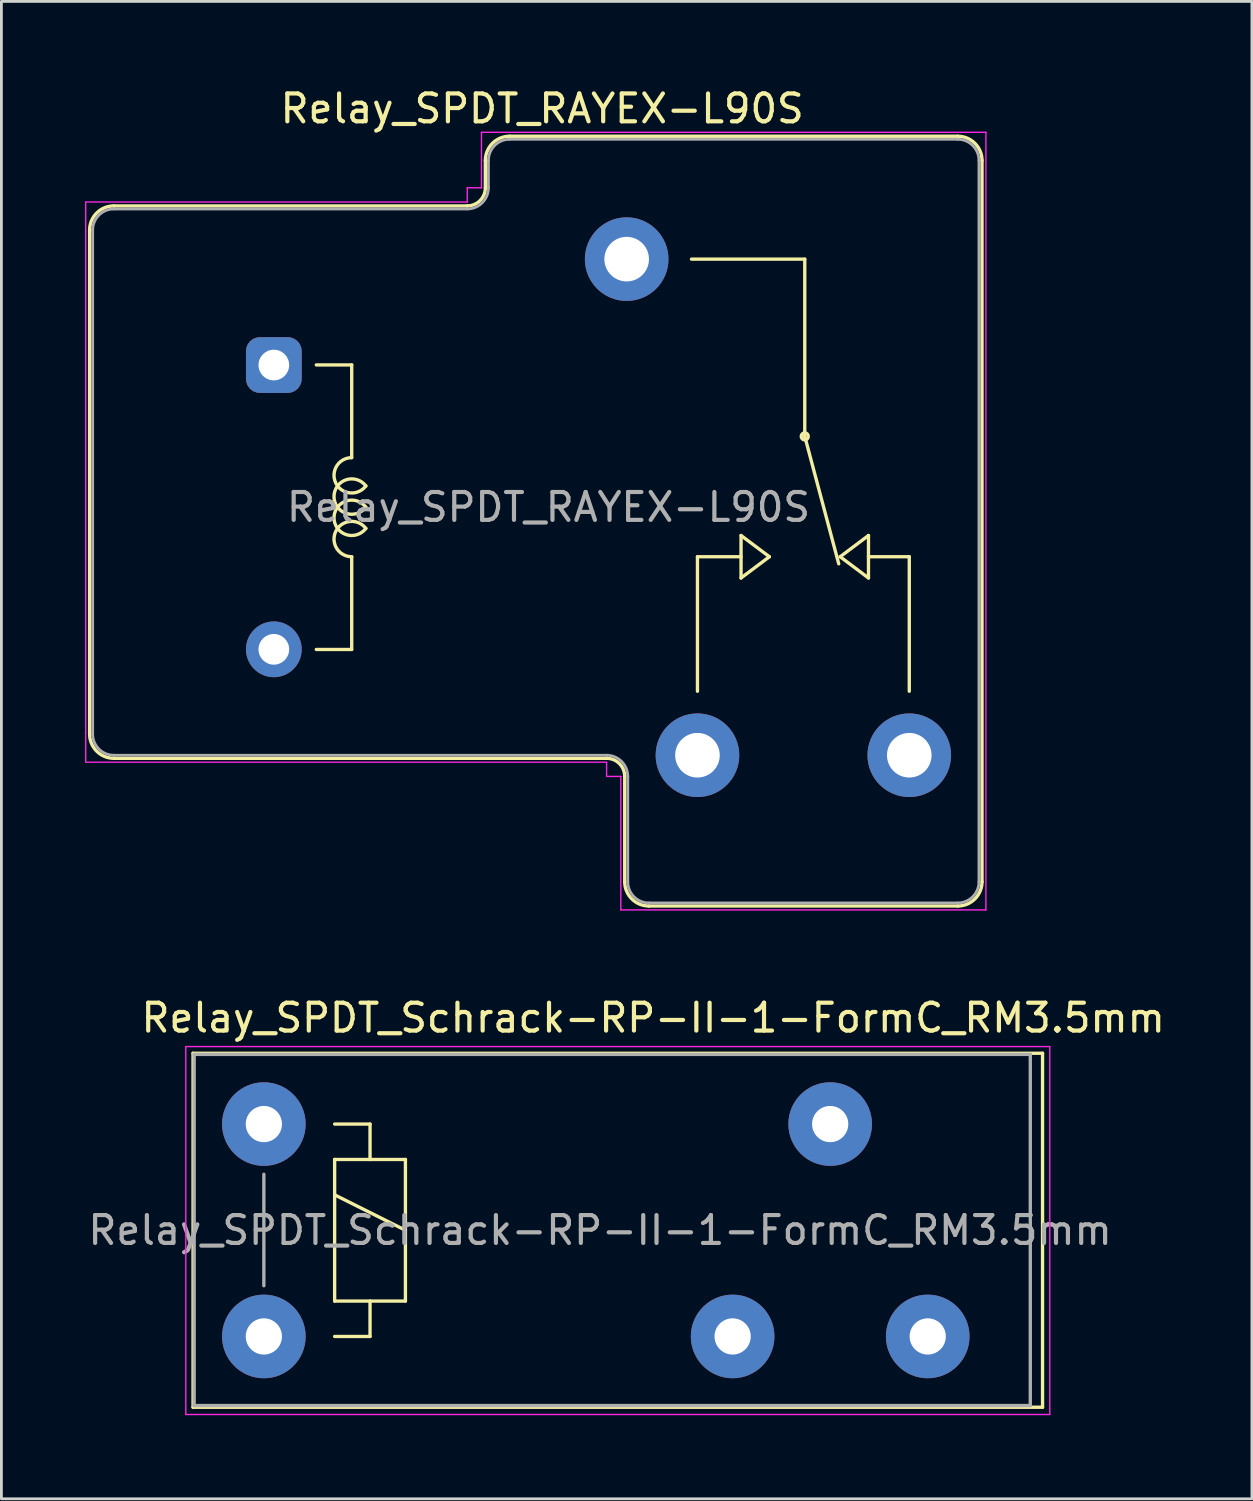
<source format=kicad_pcb>
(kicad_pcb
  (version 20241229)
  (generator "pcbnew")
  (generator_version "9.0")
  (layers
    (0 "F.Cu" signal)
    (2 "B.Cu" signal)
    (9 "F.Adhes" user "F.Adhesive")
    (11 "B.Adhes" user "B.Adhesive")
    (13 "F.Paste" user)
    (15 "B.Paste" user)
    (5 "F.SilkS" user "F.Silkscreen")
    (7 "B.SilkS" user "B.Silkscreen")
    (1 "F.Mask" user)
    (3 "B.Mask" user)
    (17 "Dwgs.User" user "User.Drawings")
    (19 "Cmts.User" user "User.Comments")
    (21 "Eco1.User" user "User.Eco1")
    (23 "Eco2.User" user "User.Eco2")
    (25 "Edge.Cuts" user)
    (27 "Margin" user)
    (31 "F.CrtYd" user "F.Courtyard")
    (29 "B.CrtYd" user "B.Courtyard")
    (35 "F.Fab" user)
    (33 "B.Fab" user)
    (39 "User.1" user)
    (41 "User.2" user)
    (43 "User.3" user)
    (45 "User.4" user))
  (footprint "Relay_SPDT_RAYEX-L90S"
    (layer "F.Cu")
    (at 4.235 15.148)
    (property "Reference" "Relay_SPDT_RAYEX-L90S" (at 12.167 -14.3 0) (layer "F.SilkS") (effects (font (size 1 1) (thickness 0.15))))
    (attr through_hole)
    (fp_line (start -4.07 -9.94) (end -4.07 8.14) (stroke (width 0.12) (type solid)) (layer "F.SilkS"))
    (fp_line (start -3.2 -10.81) (end 9.48 -10.81) (stroke (width 0.12) (type solid)) (layer "F.SilkS"))
    (fp_line (start -3.2 9.01) (end 14.48 9.01) (stroke (width 0.12) (type solid)) (layer "F.SilkS"))
    (fp_line (start 4.064 -5.105) (end 5.334 -5.105) (stroke (width 0.12) (type solid)) (layer "F.SilkS"))
    (fp_line (start 5.334 -1.778) (end 5.334 -5.105) (stroke (width 0.12) (type solid)) (layer "F.SilkS"))
    (fp_line (start 5.334 5.105) (end 4.064 5.105) (stroke (width 0.12) (type solid)) (layer "F.SilkS"))
    (fp_line (start 5.334 5.105) (end 5.334 1.778) (stroke (width 0.12) (type solid)) (layer "F.SilkS"))
    (fp_line (start 10.13 -12.44) (end 10.13 -11.46) (stroke (width 0.12) (type solid)) (layer "F.SilkS"))
    (fp_line (start 11 -13.31) (end 27.08 -13.31) (stroke (width 0.12) (type solid)) (layer "F.SilkS"))
    (fp_line (start 15.13 9.66) (end 15.13 13.44) (stroke (width 0.12) (type solid)) (layer "F.SilkS"))
    (fp_line (start 16 14.31) (end 27.08 14.31) (stroke (width 0.12) (type solid)) (layer "F.SilkS"))
    (fp_line (start 17.74 1.778) (end 19.304 1.778) (stroke (width 0.12) (type solid)) (layer "F.SilkS"))
    (fp_line (start 17.74 6.604) (end 17.74 1.778) (stroke (width 0.12) (type solid)) (layer "F.SilkS"))
    (fp_line (start 19.304 1.016) (end 19.304 2.54) (stroke (width 0.12) (type solid)) (layer "F.SilkS"))
    (fp_line (start 19.304 2.54) (end 20.32 1.778) (stroke (width 0.12) (type solid)) (layer "F.SilkS"))
    (fp_line (start 20.32 1.778) (end 19.304 1.016) (stroke (width 0.12) (type solid)) (layer "F.SilkS"))
    (fp_line (start 21.59 -8.9) (end 17.526 -8.9) (stroke (width 0.12) (type solid)) (layer "F.SilkS"))
    (fp_line (start 21.59 -2.54) (end 21.59 -8.9) (stroke (width 0.12) (type solid)) (layer "F.SilkS"))
    (fp_line (start 21.59 -2.54) (end 22.809 2.032) (stroke (width 0.12) (type solid)) (layer "F.SilkS"))
    (fp_line (start 22.86 1.778) (end 23.876 1.016) (stroke (width 0.12) (type solid)) (layer "F.SilkS"))
    (fp_line (start 23.876 1.778) (end 25.34 1.778) (stroke (width 0.12) (type solid)) (layer "F.SilkS"))
    (fp_line (start 23.876 2.54) (end 22.86 1.778) (stroke (width 0.12) (type solid)) (layer "F.SilkS"))
    (fp_line (start 23.876 2.54) (end 23.876 1.016) (stroke (width 0.12) (type solid)) (layer "F.SilkS"))
    (fp_line (start 25.34 1.778) (end 25.34 6.604) (stroke (width 0.12) (type solid)) (layer "F.SilkS"))
    (fp_line (start 27.95 -12.44) (end 27.95 13.44) (stroke (width 0.12) (type solid)) (layer "F.SilkS"))
    (fp_arc (start -4.07 -9.94) (mid -3.815183 -10.555183) (end -3.2 -10.81) (stroke (width 0.12) (type solid)) (layer "F.SilkS"))
    (fp_arc (start -3.2 9.01) (mid -3.815183 8.755183) (end -4.07 8.14) (stroke (width 0.12) (type solid)) (layer "F.SilkS"))
    (fp_arc (start 5.334002 1.777997) (mid 4.765966 0.859166) (end 5.841802 0.76173) (stroke (width 0.12) (type solid)) (layer "F.SilkS"))
    (fp_arc (start 5.8418 -0.761733) (mid 4.765964 -0.859168) (end 5.334 -1.778) (stroke (width 0.12) (type solid)) (layer "F.SilkS"))
    (fp_arc (start 5.842265 -0.000355) (mid 4.699002 -0.38078) (end 5.842 -0.762001) (stroke (width 0.12) (type solid)) (layer "F.SilkS"))
    (fp_arc (start 5.842266 0.761644) (mid 4.699003 0.381219) (end 5.842001 -0.000002) (stroke (width 0.12) (type solid)) (layer "F.SilkS"))
    (fp_arc (start 10.13 -12.44) (mid 10.384817 -13.055183) (end 11 -13.31) (stroke (width 0.12) (type solid)) (layer "F.SilkS"))
    (fp_arc (start 10.13 -11.46) (mid 9.939619 -11.000381) (end 9.48 -10.81) (stroke (width 0.12) (type solid)) (layer "F.SilkS"))
    (fp_arc (start 14.48 9.01) (mid 14.939619 9.200381) (end 15.13 9.66) (stroke (width 0.12) (type solid)) (layer "F.SilkS"))
    (fp_arc (start 16 14.31) (mid 15.384817 14.055183) (end 15.13 13.44) (stroke (width 0.12) (type solid)) (layer "F.SilkS"))
    (fp_arc (start 27.08 -13.31) (mid 27.695183 -13.055183) (end 27.95 -12.44) (stroke (width 0.12) (type solid)) (layer "F.SilkS"))
    (fp_arc (start 27.95 13.44) (mid 27.695183 14.055183) (end 27.08 14.31) (stroke (width 0.12) (type solid)) (layer "F.SilkS"))
    (fp_circle (center 21.59 -2.54) (end 21.59 -2.413) (stroke (width 0.12) (type solid)) (fill no) (layer "F.SilkS"))
    (fp_line (start -4.21 -10.95) (end -4.21 9.15) (stroke (width 0.05) (type solid)) (layer "F.CrtYd"))
    (fp_line (start -4.21 -10.95) (end 9.48 -10.95) (stroke (width 0.05) (type solid)) (layer "F.CrtYd"))
    (fp_line (start -4.21 9.15) (end 14.48 9.15) (stroke (width 0.05) (type solid)) (layer "F.CrtYd"))
    (fp_line (start 9.48 -11.46) (end 9.48 -10.95) (stroke (width 0.05) (type solid)) (layer "F.CrtYd"))
    (fp_line (start 9.48 -11.46) (end 9.99 -11.46) (stroke (width 0.05) (type solid)) (layer "F.CrtYd"))
    (fp_line (start 9.99 -13.45) (end 9.99 -11.46) (stroke (width 0.05) (type solid)) (layer "F.CrtYd"))
    (fp_line (start 9.99 -13.45) (end 28.09 -13.45) (stroke (width 0.05) (type solid)) (layer "F.CrtYd"))
    (fp_line (start 14.48 9.15) (end 14.48 9.66) (stroke (width 0.05) (type solid)) (layer "F.CrtYd"))
    (fp_line (start 14.48 9.66) (end 14.99 9.66) (stroke (width 0.05) (type solid)) (layer "F.CrtYd"))
    (fp_line (start 14.99 9.66) (end 14.99 14.45) (stroke (width 0.05) (type solid)) (layer "F.CrtYd"))
    (fp_line (start 14.99 14.45) (end 28.09 14.45) (stroke (width 0.05) (type solid)) (layer "F.CrtYd"))
    (fp_line (start 28.09 -13.45) (end 28.09 14.45) (stroke (width 0.05) (type solid)) (layer "F.CrtYd"))
    (fp_line (start -3.96 -9.94) (end -3.96 8.14) (stroke (width 0.1) (type solid)) (layer "F.Fab"))
    (fp_line (start -3.2 -10.7) (end 9.48 -10.7) (stroke (width 0.1) (type solid)) (layer "F.Fab"))
    (fp_line (start -3.2 8.9) (end 14.48 8.9) (stroke (width 0.1) (type solid)) (layer "F.Fab"))
    (fp_line (start 10.24 -12.44) (end 10.24 -11.46) (stroke (width 0.1) (type solid)) (layer "F.Fab"))
    (fp_line (start 11 -13.2) (end 27.08 -13.2) (stroke (width 0.1) (type solid)) (layer "F.Fab"))
    (fp_line (start 15.24 9.66) (end 15.24 13.44) (stroke (width 0.1) (type solid)) (layer "F.Fab"))
    (fp_line (start 16 14.2) (end 27.08 14.2) (stroke (width 0.1) (type solid)) (layer "F.Fab"))
    (fp_line (start 27.84 -12.44) (end 27.84 13.44) (stroke (width 0.1) (type solid)) (layer "F.Fab"))
    (fp_arc (start -3.96 -9.94) (mid -3.737401 -10.477401) (end -3.2 -10.7) (stroke (width 0.1) (type solid)) (layer "F.Fab"))
    (fp_arc (start -3.2 8.9) (mid -3.737401 8.677401) (end -3.96 8.14) (stroke (width 0.1) (type solid)) (layer "F.Fab"))
    (fp_arc (start 10.24 -12.44) (mid 10.462599 -12.977401) (end 11 -13.2) (stroke (width 0.1) (type solid)) (layer "F.Fab"))
    (fp_arc (start 10.24 -11.46) (mid 10.017401 -10.922599) (end 9.48 -10.7) (stroke (width 0.1) (type solid)) (layer "F.Fab"))
    (fp_arc (start 14.48 8.9) (mid 15.017401 9.122599) (end 15.24 9.66) (stroke (width 0.1) (type solid)) (layer "F.Fab"))
    (fp_arc (start 16 14.2) (mid 15.462599 13.977401) (end 15.24 13.44) (stroke (width 0.1) (type solid)) (layer "F.Fab"))
    (fp_arc (start 27.08 -13.2) (mid 27.617401 -12.977401) (end 27.84 -12.44) (stroke (width 0.1) (type solid)) (layer "F.Fab"))
    (fp_arc (start 27.84 13.44) (mid 27.617401 13.977401) (end 27.08 14.2) (stroke (width 0.1) (type solid)) (layer "F.Fab"))
    (fp_text user "${REFERENCE}" (at 12.395 0 0) (layer "F.Fab") (effects (font (size 1 1) (thickness 0.15))))
    (pad "11" thru_hole circle (at 15.2 -8.9 180) (size 3 3) (drill 1.6) (layers "*.Cu" "*.Mask"))
    (pad "12" thru_hole circle (at 25.34 8.9 180) (size 3 3) (drill 1.6) (layers "*.Cu" "*.Mask"))
    (pad "14" thru_hole circle (at 17.74 8.9 180) (size 3 3) (drill 1.6) (layers "*.Cu" "*.Mask"))
    (pad "A1" thru_hole roundrect (at 2.54 -5.1 180) (size 2 2) (drill 1.1) (layers "*.Cu" "*.Mask") (roundrect_rratio 0.25))
    (pad "A2" thru_hole circle (at 2.54 5.1 180) (size 2 2) (drill 1.1) (layers "*.Cu" "*.Mask")))
  (footprint "Relay_SPDT_Schrack-RP-II-1-FormC_RM3.5mm"
    (layer "F.Cu")
    (at 6.417 37.282)
    (property "Reference" "Relay_SPDT_Schrack-RP-II-1-FormC_RM3.5mm" (at 13.97 -3.81 0) (layer "F.SilkS") (effects (font (size 1 1) (thickness 0.15))))
    (attr through_hole)
    (fp_line (start -2.54 -2.54) (end 27.94 -2.54) (stroke (width 0.12) (type solid)) (layer "F.SilkS"))
    (fp_line (start -2.54 10.16) (end -2.54 -2.54) (stroke (width 0.12) (type solid)) (layer "F.SilkS"))
    (fp_line (start 2.54 0) (end 3.81 0) (stroke (width 0.12) (type solid)) (layer "F.SilkS"))
    (fp_line (start 2.54 1.27) (end 3.81 1.27) (stroke (width 0.12) (type solid)) (layer "F.SilkS"))
    (fp_line (start 2.54 2.54) (end 5.08 3.81) (stroke (width 0.12) (type solid)) (layer "F.SilkS"))
    (fp_line (start 2.54 6.35) (end 2.54 1.27) (stroke (width 0.12) (type solid)) (layer "F.SilkS"))
    (fp_line (start 3.81 0) (end 3.81 1.27) (stroke (width 0.12) (type solid)) (layer "F.SilkS"))
    (fp_line (start 3.81 1.27) (end 5.08 1.27) (stroke (width 0.12) (type solid)) (layer "F.SilkS"))
    (fp_line (start 3.81 6.35) (end 3.81 7.62) (stroke (width 0.12) (type solid)) (layer "F.SilkS"))
    (fp_line (start 3.81 7.62) (end 2.54 7.62) (stroke (width 0.12) (type solid)) (layer "F.SilkS"))
    (fp_line (start 5.08 1.27) (end 5.08 6.35) (stroke (width 0.12) (type solid)) (layer "F.SilkS"))
    (fp_line (start 5.08 6.35) (end 2.54 6.35) (stroke (width 0.12) (type solid)) (layer "F.SilkS"))
    (fp_line (start 27.94 -2.54) (end 27.94 10.16) (stroke (width 0.12) (type solid)) (layer "F.SilkS"))
    (fp_line (start 27.94 10.16) (end -2.54 10.16) (stroke (width 0.12) (type solid)) (layer "F.SilkS"))
    (fp_line (start -2.8 -2.78) (end 28.2 -2.78) (stroke (width 0.05) (type solid)) (layer "F.CrtYd"))
    (fp_line (start -2.8 10.42) (end -2.8 -2.78) (stroke (width 0.05) (type solid)) (layer "F.CrtYd"))
    (fp_line (start 28.2 -2.78) (end 28.2 10.42) (stroke (width 0.05) (type solid)) (layer "F.CrtYd"))
    (fp_line (start 28.2 10.42) (end -2.8 10.42) (stroke (width 0.05) (type solid)) (layer "F.CrtYd"))
    (fp_line (start -2.5 -2.5) (end 27.5 -2.5) (stroke (width 0.12) (type solid)) (layer "F.Fab"))
    (fp_line (start -2.5 10.1) (end -2.5 -2.5) (stroke (width 0.12) (type solid)) (layer "F.Fab"))
    (fp_line (start 0 1.8) (end 0 5.8) (stroke (width 0.12) (type solid)) (layer "F.Fab"))
    (fp_line (start 27.5 -2.5) (end 27.5 10.1) (stroke (width 0.12) (type solid)) (layer "F.Fab"))
    (fp_line (start 27.5 10.1) (end -2.5 10.1) (stroke (width 0.12) (type solid)) (layer "F.Fab"))
    (fp_text user "${REFERENCE}" (at 12.065 3.81 0) (layer "F.Fab") (effects (font (size 1 1) (thickness 0.15))))
    (pad "11" thru_hole circle (at 20.32 0) (size 3 3) (drill 1.3) (layers "*.Cu" "*.Mask"))
    (pad "12" thru_hole circle (at 16.82 7.62) (size 3 3) (drill 1.3) (layers "*.Cu" "*.Mask"))
    (pad "14" thru_hole circle (at 23.82 7.62) (size 3 3) (drill 1.3) (layers "*.Cu" "*.Mask"))
    (pad "A1" thru_hole circle (at 0 0) (size 3 3) (drill 1.3) (layers "*.Cu" "*.Mask"))
    (pad "A2" thru_hole circle (at 0 7.62) (size 3 3) (drill 1.3) (layers "*.Cu" "*.Mask")))
  (gr_rect
    (start -3 -3)
    (end 41.869 50.727)
    (stroke (width 0.1) (type default))
    (fill no)
    (layer "Edge.Cuts")))
</source>
